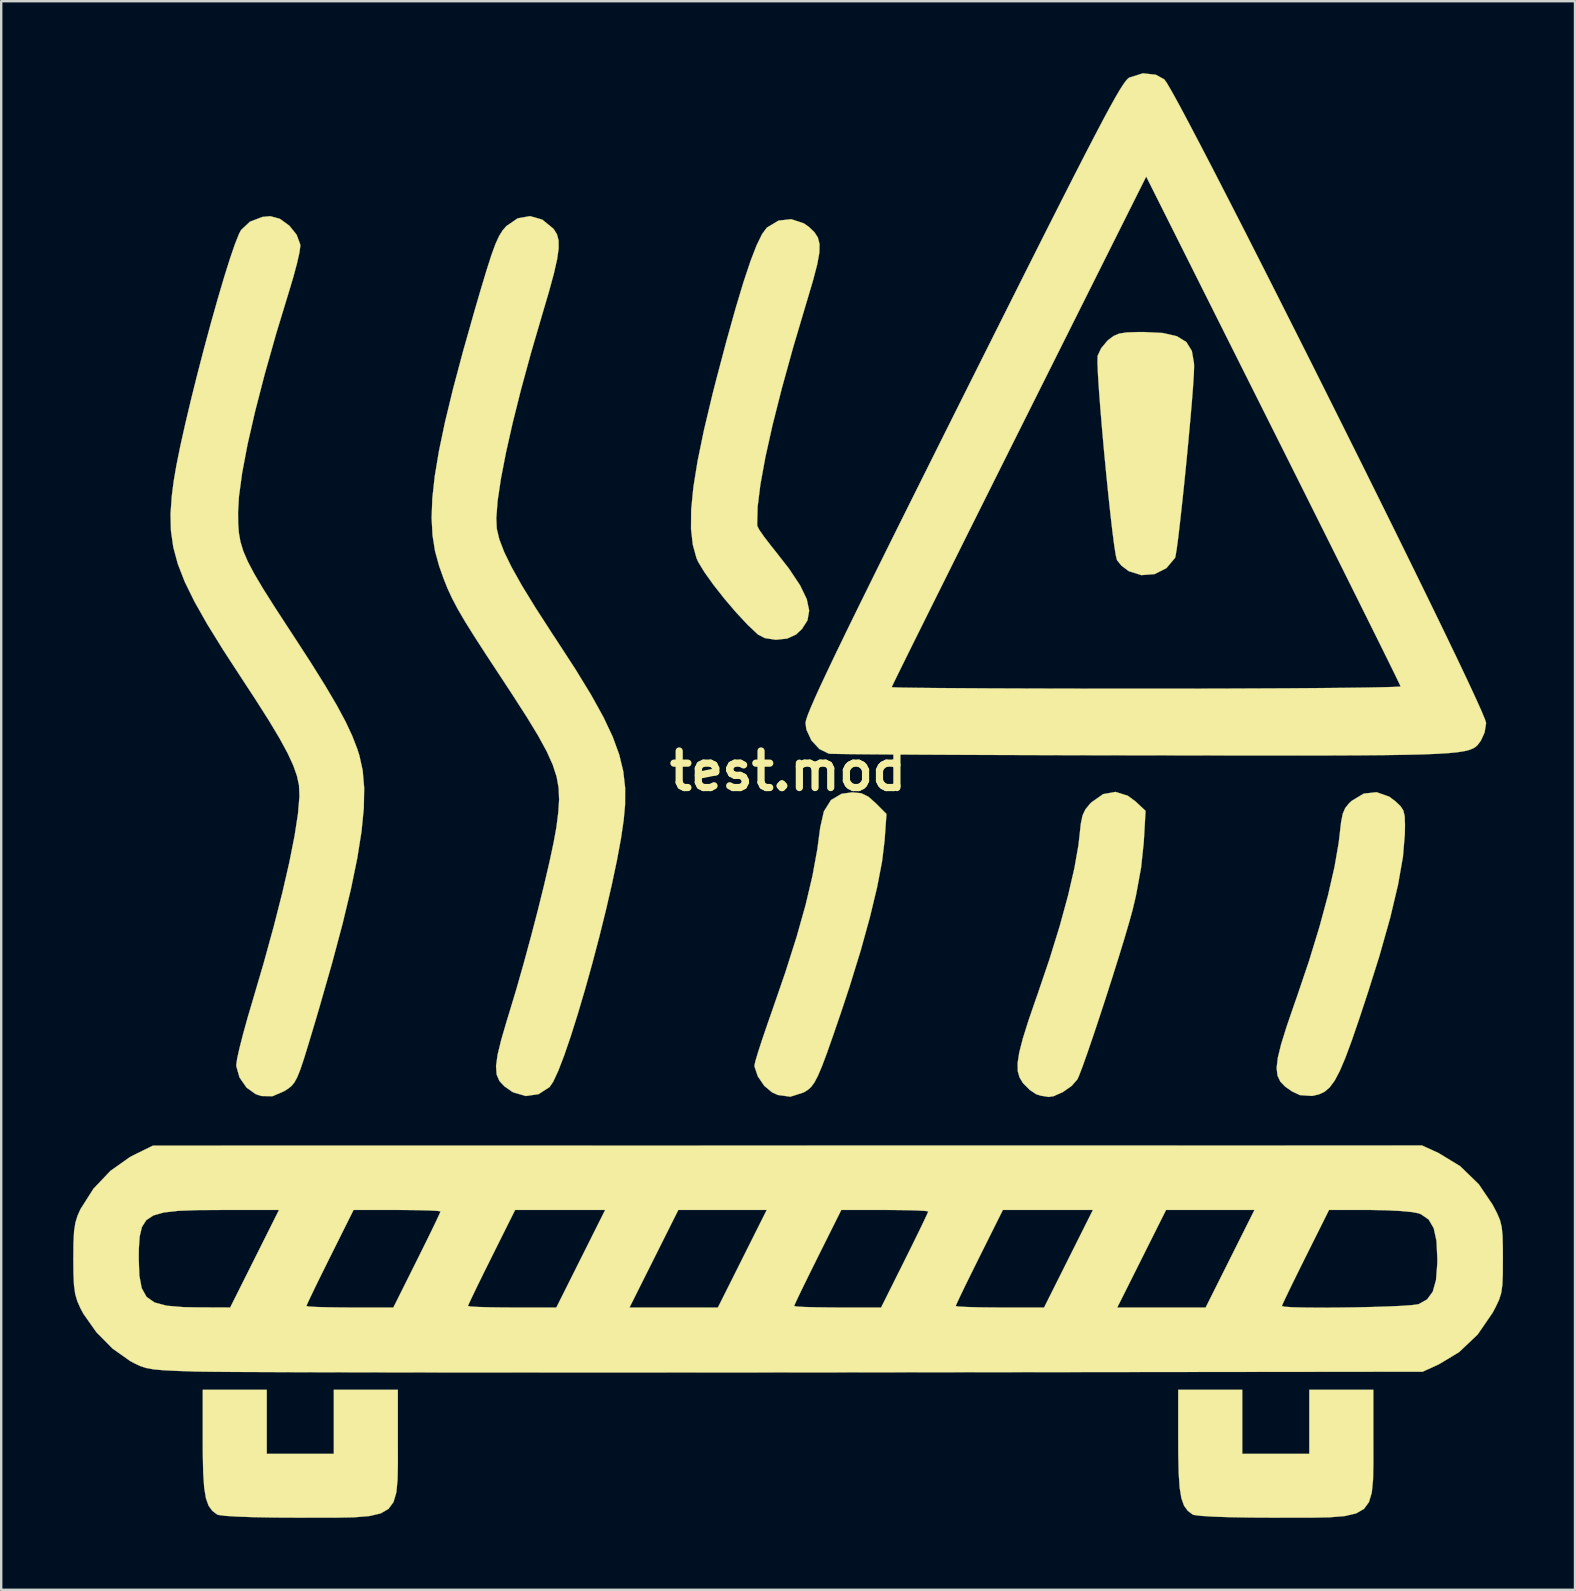
<source format=kicad_pcb>
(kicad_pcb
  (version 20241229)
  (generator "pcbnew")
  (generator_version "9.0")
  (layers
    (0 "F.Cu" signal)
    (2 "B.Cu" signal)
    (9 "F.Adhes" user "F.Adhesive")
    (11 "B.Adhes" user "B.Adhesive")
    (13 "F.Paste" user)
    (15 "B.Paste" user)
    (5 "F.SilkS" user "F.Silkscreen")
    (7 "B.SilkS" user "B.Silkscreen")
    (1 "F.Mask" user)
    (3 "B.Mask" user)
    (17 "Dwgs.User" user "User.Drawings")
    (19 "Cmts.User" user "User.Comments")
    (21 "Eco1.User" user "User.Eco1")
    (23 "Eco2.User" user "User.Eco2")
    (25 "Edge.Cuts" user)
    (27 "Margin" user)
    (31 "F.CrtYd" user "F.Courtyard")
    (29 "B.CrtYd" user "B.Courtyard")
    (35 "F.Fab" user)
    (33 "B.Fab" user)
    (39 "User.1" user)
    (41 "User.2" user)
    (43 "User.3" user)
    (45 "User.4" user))
  (footprint "test.mod"
    (layer "F.Cu")
    (at 29.781 29.071)
    (property "Reference" "test.mod" (at 0 0 0) (layer "F.SilkS") (effects (font (size 1.524 1.524) (thickness 0.3))))
    (attr through_hole)
    (fp_poly (pts (xy -21.717 28.448) (xy -18.923 28.448) (xy -18.923 25.781) (xy -16.256 25.781) (xy -16.256 27.948) (xy -16.254 28.822) (xy -16.267 29.518) (xy -16.319 30.057) (xy -16.437 30.458) (xy -16.646 30.742) (xy -16.972 30.93) (xy -17.441 31.04) (xy -18.079 31.093) (xy -18.912 31.109) (xy -19.966 31.109) (xy -20.32 31.108) (xy -21.351 31.103) (xy -22.232 31.088) (xy -22.938 31.064) (xy -23.447 31.032) (xy -23.735 30.994) (xy -23.781 30.978) (xy -23.987 30.823) (xy -24.142 30.608) (xy -24.252 30.298) (xy -24.324 29.858) (xy -24.365 29.253) (xy -24.382 28.447) (xy -24.384 27.946) (xy -24.384 25.781) (xy -21.717 25.781) (xy -21.717 28.448)) (stroke (width 0.01) (type solid)) (fill yes) (layer "F.SilkS"))
    (fp_poly (pts (xy 18.923 28.448) (xy 21.717 28.448) (xy 21.717 25.781) (xy 24.384 25.781) (xy 24.384 27.948) (xy 24.386 28.822) (xy 24.373 29.518) (xy 24.321 30.057) (xy 24.203 30.458) (xy 23.994 30.742) (xy 23.668 30.93) (xy 23.199 31.04) (xy 22.561 31.093) (xy 21.728 31.109) (xy 20.674 31.109) (xy 20.32 31.108) (xy 19.289 31.103) (xy 18.408 31.088) (xy 17.702 31.064) (xy 17.193 31.032) (xy 16.905 30.994) (xy 16.859 30.978) (xy 16.653 30.823) (xy 16.498 30.608) (xy 16.388 30.298) (xy 16.316 29.858) (xy 16.275 29.253) (xy 16.258 28.447) (xy 16.256 27.946) (xy 16.256 25.781) (xy 18.923 25.781) (xy 18.923 28.448)) (stroke (width 0.01) (type solid)) (fill yes) (layer "F.SilkS"))
    (fp_poly (pts (xy 3.047 0.926) (xy 3.348 1.071) (xy 3.651 1.339) (xy 4.101 1.79) (xy 4.022 2.901) (xy 3.916 3.775) (xy 3.709 4.849) (xy 3.409 6.096) (xy 3.025 7.485) (xy 2.562 8.987) (xy 2.203 10.071) (xy 1.88 11.012) (xy 1.623 11.743) (xy 1.417 12.293) (xy 1.248 12.692) (xy 1.103 12.97) (xy 0.966 13.158) (xy 0.823 13.287) (xy 0.661 13.385) (xy 0.639 13.396) (xy 0.097 13.569) (xy -0.427 13.498) (xy -0.665 13.39) (xy -0.992 13.115) (xy -1.258 12.724) (xy -1.392 12.329) (xy -1.397 12.257) (xy -1.356 12.074) (xy -1.243 11.697) (xy -1.071 11.17) (xy -0.856 10.539) (xy -0.692 10.072) (xy -0.114 8.396) (xy 0.357 6.911) (xy 0.731 5.584) (xy 1.016 4.379) (xy 1.221 3.261) (xy 1.34 2.36) (xy 1.494 1.681) (xy 1.788 1.212) (xy 2.226 0.951) (xy 2.67 0.889) (xy 3.047 0.926)) (stroke (width 0.01) (type solid)) (fill yes) (layer "F.SilkS"))
    (fp_poly (pts (xy 25.047 1.07) (xy 25.303 1.261) (xy 25.511 1.459) (xy 25.633 1.64) (xy 25.69 1.877) (xy 25.703 2.243) (xy 25.697 2.626) (xy 25.618 3.571) (xy 25.414 4.735) (xy 25.086 6.118) (xy 24.633 7.721) (xy 24.165 9.207) (xy 23.793 10.335) (xy 23.481 11.243) (xy 23.216 11.957) (xy 22.984 12.502) (xy 22.773 12.901) (xy 22.568 13.178) (xy 22.358 13.36) (xy 22.128 13.469) (xy 21.866 13.531) (xy 21.828 13.537) (xy 21.324 13.503) (xy 20.995 13.348) (xy 20.713 13.151) (xy 20.511 12.943) (xy 20.392 12.693) (xy 20.356 12.371) (xy 20.406 11.944) (xy 20.543 11.384) (xy 20.769 10.658) (xy 21.085 9.736) (xy 21.204 9.398) (xy 21.705 7.917) (xy 22.139 6.497) (xy 22.497 5.177) (xy 22.768 3.994) (xy 22.942 2.987) (xy 22.978 2.683) (xy 23.04 2.141) (xy 23.11 1.784) (xy 23.213 1.543) (xy 23.371 1.348) (xy 23.484 1.243) (xy 23.986 0.942) (xy 24.52 0.884) (xy 25.047 1.07)) (stroke (width 0.01) (type solid)) (fill yes) (layer "F.SilkS"))
    (fp_poly (pts (xy 15.615 -18.248) (xy 16.2 -18.114) (xy 16.595 -17.871) (xy 16.824 -17.5) (xy 16.913 -16.983) (xy 16.917 -16.846) (xy 16.905 -16.511) (xy 16.871 -15.989) (xy 16.819 -15.319) (xy 16.751 -14.539) (xy 16.673 -13.686) (xy 16.588 -12.801) (xy 16.499 -11.92) (xy 16.41 -11.082) (xy 16.326 -10.326) (xy 16.251 -9.69) (xy 16.187 -9.212) (xy 16.139 -8.931) (xy 16.122 -8.878) (xy 15.762 -8.45) (xy 15.273 -8.204) (xy 14.723 -8.16) (xy 14.195 -8.326) (xy 13.894 -8.551) (xy 13.705 -8.784) (xy 13.656 -8.979) (xy 13.591 -9.39) (xy 13.515 -9.979) (xy 13.431 -10.706) (xy 13.342 -11.536) (xy 13.252 -12.429) (xy 13.164 -13.347) (xy 13.083 -14.253) (xy 13.012 -15.109) (xy 12.954 -15.877) (xy 12.913 -16.518) (xy 12.892 -16.996) (xy 12.896 -17.271) (xy 12.9 -17.3) (xy 13.045 -17.612) (xy 13.307 -17.926) (xy 13.354 -17.967) (xy 13.57 -18.127) (xy 13.797 -18.223) (xy 14.107 -18.271) (xy 14.572 -18.287) (xy 14.812 -18.288) (xy 15.615 -18.248)) (stroke (width 0.01) (type solid)) (fill yes) (layer "F.SilkS"))
    (fp_poly (pts (xy 14.153 1.03) (xy 14.483 1.274) (xy 14.895 1.66) (xy 14.821 2.957) (xy 14.708 4.028) (xy 14.493 5.199) (xy 14.356 5.779) (xy 14.216 6.288) (xy 14.023 6.946) (xy 13.788 7.713) (xy 13.526 8.548) (xy 13.25 9.411) (xy 12.973 10.259) (xy 12.708 11.054) (xy 12.468 11.754) (xy 12.267 12.319) (xy 12.118 12.707) (xy 12.055 12.846) (xy 11.817 13.119) (xy 11.452 13.374) (xy 11.07 13.546) (xy 10.858 13.58) (xy 10.527 13.526) (xy 10.336 13.465) (xy 10.074 13.291) (xy 9.801 13.017) (xy 9.786 12.998) (xy 9.647 12.772) (xy 9.571 12.506) (xy 9.565 12.168) (xy 9.633 11.726) (xy 9.781 11.15) (xy 10.014 10.407) (xy 10.337 9.467) (xy 10.407 9.271) (xy 10.897 7.826) (xy 11.322 6.449) (xy 11.67 5.175) (xy 11.932 4.041) (xy 12.1 3.084) (xy 12.141 2.722) (xy 12.198 2.197) (xy 12.271 1.848) (xy 12.389 1.598) (xy 12.578 1.369) (xy 12.644 1.302) (xy 13.129 0.962) (xy 13.641 0.871) (xy 14.153 1.03)) (stroke (width 0.01) (type solid)) (fill yes) (layer "F.SilkS"))
    (fp_poly (pts (xy 0.659 -22.815) (xy 0.87 -22.666) (xy 1.094 -22.453) (xy 1.242 -22.228) (xy 1.312 -21.955) (xy 1.305 -21.596) (xy 1.217 -21.112) (xy 1.049 -20.467) (xy 0.799 -19.622) (xy 0.775 -19.543) (xy 0.216 -17.66) (xy -0.258 -15.947) (xy -0.646 -14.414) (xy -0.945 -13.071) (xy -1.153 -11.93) (xy -1.268 -11.001) (xy -1.287 -10.293) (xy -1.281 -10.208) (xy -1.2 -10.049) (xy -0.994 -9.753) (xy -0.702 -9.374) (xy -0.601 -9.25) (xy 0.045 -8.422) (xy 0.503 -7.734) (xy 0.779 -7.162) (xy 0.88 -6.684) (xy 0.81 -6.276) (xy 0.577 -5.913) (xy 0.334 -5.686) (xy -0.037 -5.517) (xy -0.51 -5.467) (xy -0.968 -5.538) (xy -1.25 -5.683) (xy -1.676 -6.084) (xy -2.155 -6.597) (xy -2.644 -7.169) (xy -3.099 -7.746) (xy -3.479 -8.277) (xy -3.741 -8.707) (xy -3.812 -8.863) (xy -3.967 -9.425) (xy -4.042 -10.091) (xy -4.035 -10.881) (xy -3.944 -11.818) (xy -3.767 -12.92) (xy -3.501 -14.209) (xy -3.144 -15.706) (xy -2.978 -16.355) (xy -2.561 -17.929) (xy -2.188 -19.263) (xy -1.857 -20.365) (xy -1.564 -21.244) (xy -1.306 -21.91) (xy -1.08 -22.371) (xy -0.884 -22.636) (xy -0.882 -22.638) (xy -0.398 -22.93) (xy 0.135 -22.989) (xy 0.659 -22.815)) (stroke (width 0.01) (type solid)) (fill yes) (layer "F.SilkS"))
    (fp_poly (pts (xy -21.17 -23.004) (xy -20.78 -22.722) (xy -20.473 -22.343) (xy -20.324 -21.94) (xy -20.32 -21.867) (xy -20.357 -21.594) (xy -20.459 -21.145) (xy -20.609 -20.587) (xy -20.765 -20.063) (xy -21.324 -18.226) (xy -21.805 -16.526) (xy -22.204 -14.979) (xy -22.519 -13.603) (xy -22.744 -12.414) (xy -22.877 -11.429) (xy -22.913 -10.795) (xy -22.91 -10.338) (xy -22.882 -9.934) (xy -22.814 -9.551) (xy -22.694 -9.157) (xy -22.506 -8.722) (xy -22.237 -8.212) (xy -21.873 -7.598) (xy -21.398 -6.846) (xy -20.799 -5.925) (xy -20.586 -5.601) (xy -19.861 -4.482) (xy -19.272 -3.538) (xy -18.801 -2.739) (xy -18.434 -2.056) (xy -18.155 -1.459) (xy -17.946 -0.919) (xy -17.858 -0.643) (xy -17.721 -0.018) (xy -17.659 0.705) (xy -17.674 1.543) (xy -17.769 2.511) (xy -17.946 3.627) (xy -18.209 4.907) (xy -18.56 6.367) (xy -19.002 8.024) (xy -19.538 9.895) (xy -19.71 10.477) (xy -19.964 11.325) (xy -20.161 11.965) (xy -20.316 12.43) (xy -20.446 12.755) (xy -20.566 12.976) (xy -20.69 13.126) (xy -20.836 13.241) (xy -20.995 13.341) (xy -21.48 13.55) (xy -21.943 13.541) (xy -22.176 13.465) (xy -22.558 13.192) (xy -22.851 12.77) (xy -22.985 12.304) (xy -22.987 12.243) (xy -22.951 11.984) (xy -22.85 11.533) (xy -22.698 10.938) (xy -22.507 10.25) (xy -22.341 9.689) (xy -21.854 8.032) (xy -21.428 6.485) (xy -21.067 5.067) (xy -20.775 3.797) (xy -20.557 2.692) (xy -20.415 1.771) (xy -20.355 1.053) (xy -20.374 0.593) (xy -20.459 0.205) (xy -20.612 -0.231) (xy -20.849 -0.743) (xy -21.182 -1.357) (xy -21.627 -2.1) (xy -22.199 -3) (xy -22.73 -3.81) (xy -23.537 -5.05) (xy -24.199 -6.12) (xy -24.726 -7.051) (xy -25.131 -7.875) (xy -25.422 -8.622) (xy -25.611 -9.323) (xy -25.709 -10.01) (xy -25.726 -10.713) (xy -25.673 -11.463) (xy -25.596 -12.066) (xy -25.483 -12.726) (xy -25.319 -13.537) (xy -25.112 -14.464) (xy -24.872 -15.474) (xy -24.608 -16.532) (xy -24.33 -17.603) (xy -24.046 -18.653) (xy -23.766 -19.648) (xy -23.499 -20.554) (xy -23.254 -21.335) (xy -23.041 -21.957) (xy -22.868 -22.387) (xy -22.788 -22.538) (xy -22.418 -22.886) (xy -21.898 -23.083) (xy -21.571 -23.114) (xy -21.17 -23.004)) (stroke (width 0.01) (type solid)) (fill yes) (layer "F.SilkS"))
    (fp_poly (pts (xy -10.24 -22.972) (xy -9.783 -22.599) (xy -9.75 -22.559) (xy -9.626 -22.357) (xy -9.56 -22.105) (xy -9.557 -21.769) (xy -9.621 -21.32) (xy -9.756 -20.723) (xy -9.967 -19.949) (xy -10.233 -19.048) (xy -10.705 -17.432) (xy -11.119 -15.916) (xy -11.469 -14.52) (xy -11.752 -13.264) (xy -11.964 -12.169) (xy -12.1 -11.253) (xy -12.155 -10.539) (xy -12.135 -10.095) (xy -12.03 -9.655) (xy -11.829 -9.129) (xy -11.52 -8.496) (xy -11.092 -7.732) (xy -10.532 -6.818) (xy -9.83 -5.73) (xy -9.652 -5.461) (xy -8.854 -4.233) (xy -8.205 -3.172) (xy -7.693 -2.247) (xy -7.306 -1.428) (xy -7.034 -0.684) (xy -6.865 0.015) (xy -6.787 0.7) (xy -6.789 1.401) (xy -6.847 2.042) (xy -6.961 2.816) (xy -7.129 3.722) (xy -7.341 4.727) (xy -7.589 5.799) (xy -7.863 6.906) (xy -8.156 8.017) (xy -8.457 9.099) (xy -8.759 10.119) (xy -9.051 11.047) (xy -9.326 11.849) (xy -9.574 12.495) (xy -9.787 12.951) (xy -9.933 13.166) (xy -10.396 13.464) (xy -10.924 13.541) (xy -11.447 13.389) (xy -11.517 13.348) (xy -11.817 13.137) (xy -12.024 12.916) (xy -12.14 12.647) (xy -12.165 12.294) (xy -12.101 11.823) (xy -11.948 11.196) (xy -11.709 10.378) (xy -11.611 10.061) (xy -11.315 9.08) (xy -11.011 8.01) (xy -10.709 6.899) (xy -10.421 5.793) (xy -10.16 4.738) (xy -9.937 3.783) (xy -9.764 2.972) (xy -9.652 2.354) (xy -9.646 2.311) (xy -9.571 1.718) (xy -9.537 1.196) (xy -9.556 0.713) (xy -9.641 0.238) (xy -9.804 -0.263) (xy -10.056 -0.821) (xy -10.409 -1.468) (xy -10.876 -2.236) (xy -11.468 -3.158) (xy -11.965 -3.915) (xy -12.579 -4.848) (xy -13.069 -5.607) (xy -13.456 -6.227) (xy -13.758 -6.744) (xy -13.995 -7.193) (xy -14.188 -7.61) (xy -14.355 -8.03) (xy -14.517 -8.488) (xy -14.54 -8.556) (xy -14.706 -9.16) (xy -14.81 -9.815) (xy -14.849 -10.541) (xy -14.819 -11.356) (xy -14.718 -12.283) (xy -14.542 -13.339) (xy -14.289 -14.545) (xy -13.956 -15.92) (xy -13.539 -17.485) (xy -13.036 -19.26) (xy -12.8 -20.066) (xy -12.551 -20.892) (xy -12.352 -21.511) (xy -12.186 -21.964) (xy -12.037 -22.288) (xy -11.89 -22.524) (xy -11.736 -22.701) (xy -11.262 -23.027) (xy -10.748 -23.116) (xy -10.24 -22.972)) (stroke (width 0.01) (type solid)) (fill yes) (layer "F.SilkS"))
    (fp_poly (pts (xy 15.323 -29.007) (xy 15.675 -28.814) (xy 15.785 -28.659) (xy 15.998 -28.293) (xy 16.305 -27.735) (xy 16.696 -27.001) (xy 17.164 -26.109) (xy 17.7 -25.077) (xy 18.294 -23.922) (xy 18.939 -22.663) (xy 19.624 -21.315) (xy 20.342 -19.897) (xy 21.083 -18.427) (xy 21.84 -16.922) (xy 22.602 -15.399) (xy 23.362 -13.876) (xy 24.111 -12.371) (xy 24.839 -10.901) (xy 25.538 -9.484) (xy 26.2 -8.136) (xy 26.815 -6.877) (xy 27.375 -5.723) (xy 27.871 -4.692) (xy 28.294 -3.801) (xy 28.635 -3.067) (xy 28.886 -2.51) (xy 29.038 -2.145) (xy 29.083 -1.997) (xy 29.019 -1.604) (xy 28.876 -1.285) (xy 28.805 -1.182) (xy 28.735 -1.09) (xy 28.651 -1.009) (xy 28.539 -0.939) (xy 28.384 -0.878) (xy 28.171 -0.825) (xy 27.887 -0.781) (xy 27.515 -0.745) (xy 27.042 -0.716) (xy 26.452 -0.692) (xy 25.732 -0.675) (xy 24.866 -0.662) (xy 23.84 -0.653) (xy 22.639 -0.648) (xy 21.249 -0.646) (xy 19.655 -0.647) (xy 17.842 -0.648) (xy 15.795 -0.651) (xy 14.895 -0.652) (xy 13.1 -0.655) (xy 11.373 -0.659) (xy 9.733 -0.664) (xy 8.196 -0.669) (xy 6.78 -0.675) (xy 5.501 -0.681) (xy 4.379 -0.688) (xy 3.428 -0.695) (xy 2.668 -0.702) (xy 2.115 -0.71) (xy 1.787 -0.717) (xy 1.7 -0.722) (xy 1.306 -0.915) (xy 0.973 -1.276) (xy 0.765 -1.724) (xy 0.728 -1.994) (xy 0.749 -2.112) (xy 0.815 -2.314) (xy 0.933 -2.61) (xy 1.106 -3.01) (xy 1.325 -3.492) (xy 4.318 -3.492) (xy 4.442 -3.483) (xy 4.801 -3.473) (xy 5.377 -3.465) (xy 6.152 -3.457) (xy 7.105 -3.45) (xy 8.22 -3.443) (xy 9.477 -3.438) (xy 10.858 -3.434) (xy 12.344 -3.431) (xy 13.917 -3.429) (xy 14.922 -3.429) (xy 16.539 -3.43) (xy 18.08 -3.433) (xy 19.528 -3.439) (xy 20.863 -3.445) (xy 22.067 -3.454) (xy 23.122 -3.464) (xy 24.008 -3.475) (xy 24.708 -3.488) (xy 25.202 -3.501) (xy 25.473 -3.515) (xy 25.52 -3.524) (xy 25.463 -3.649) (xy 25.301 -3.985) (xy 25.04 -4.516) (xy 24.689 -5.227) (xy 24.256 -6.1) (xy 23.749 -7.121) (xy 23.175 -8.274) (xy 22.543 -9.541) (xy 21.86 -10.909) (xy 21.135 -12.36) (xy 20.375 -13.879) (xy 20.218 -14.192) (xy 14.922 -24.765) (xy 9.62 -14.161) (xy 8.854 -12.628) (xy 8.122 -11.161) (xy 7.43 -9.775) (xy 6.788 -8.485) (xy 6.202 -7.308) (xy 5.681 -6.26) (xy 5.232 -5.356) (xy 4.864 -4.612) (xy 4.584 -4.044) (xy 4.4 -3.668) (xy 4.321 -3.5) (xy 4.318 -3.492) (xy 1.325 -3.492) (xy 1.34 -3.526) (xy 1.642 -4.168) (xy 2.014 -4.948) (xy 2.464 -5.876) (xy 2.996 -6.963) (xy 3.616 -8.22) (xy 4.328 -9.658) (xy 5.139 -11.287) (xy 6.053 -13.12) (xy 7.075 -15.166) (xy 7.285 -15.586) (xy 8.303 -17.619) (xy 9.214 -19.437) (xy 10.024 -21.051) (xy 10.74 -22.473) (xy 11.368 -23.715) (xy 11.914 -24.789) (xy 12.384 -25.707) (xy 12.785 -26.48) (xy 13.122 -27.121) (xy 13.402 -27.641) (xy 13.631 -28.052) (xy 13.815 -28.367) (xy 13.961 -28.596) (xy 14.074 -28.753) (xy 14.161 -28.848) (xy 14.217 -28.889) (xy 14.786 -29.066) (xy 15.323 -29.007)) (stroke (width 0.01) (type solid)) (fill yes) (layer "F.SilkS"))
    (fp_poly (pts (xy 27.105 15.918) (xy 28.004 16.466) (xy 28.778 17.217) (xy 29.351 18.065) (xy 29.537 18.42) (xy 29.66 18.709) (xy 29.733 19.003) (xy 29.768 19.369) (xy 29.78 19.876) (xy 29.782 20.32) (xy 29.778 20.957) (xy 29.76 21.408) (xy 29.713 21.742) (xy 29.624 22.026) (xy 29.481 22.33) (xy 29.351 22.575) (xy 28.731 23.477) (xy 27.956 24.212) (xy 27.117 24.717) (xy 26.44 25.027) (xy 1.885 25.055) (xy -0.626 25.057) (xy -3.087 25.059) (xy -5.485 25.06) (xy -7.805 25.06) (xy -10.036 25.06) (xy -12.162 25.059) (xy -14.17 25.058) (xy -16.047 25.056) (xy -17.779 25.053) (xy -19.353 25.05) (xy -20.754 25.046) (xy -21.969 25.041) (xy -22.985 25.037) (xy -23.788 25.031) (xy -24.364 25.025) (xy -24.7 25.019) (xy -24.701 25.019) (xy -25.469 24.993) (xy -26.032 24.965) (xy -26.441 24.927) (xy -26.746 24.871) (xy -26.995 24.789) (xy -27.24 24.673) (xy -27.413 24.579) (xy -28.142 24.063) (xy -28.817 23.379) (xy -29.357 22.613) (xy -29.477 22.388) (xy -29.611 22.086) (xy -29.698 21.786) (xy -29.748 21.422) (xy -29.771 20.93) (xy -29.776 20.322) (xy -27.051 20.322) (xy -27.026 21.023) (xy -26.928 21.543) (xy -26.727 21.908) (xy -26.39 22.144) (xy -25.885 22.278) (xy -25.181 22.337) (xy -24.607 22.347) (xy -23.242 22.352) (xy -23.211 22.29) (xy -20.066 22.29) (xy -19.947 22.312) (xy -19.618 22.331) (xy -19.126 22.344) (xy -18.514 22.351) (xy -18.254 22.352) (xy -16.443 22.352) (xy -16.412 22.29) (xy -13.335 22.29) (xy -13.215 22.312) (xy -12.887 22.33) (xy -12.393 22.344) (xy -11.779 22.351) (xy -11.494 22.352) (xy -9.653 22.352) (xy -6.605 22.352) (xy -2.922 22.352) (xy -2.891 22.29) (xy 0.254 22.29) (xy 0.373 22.312) (xy 0.702 22.331) (xy 1.194 22.344) (xy 1.806 22.351) (xy 2.066 22.352) (xy 3.877 22.352) (xy 3.908 22.29) (xy 6.985 22.29) (xy 7.105 22.312) (xy 7.433 22.33) (xy 7.927 22.344) (xy 8.541 22.351) (xy 8.826 22.352) (xy 10.667 22.352) (xy 13.715 22.352) (xy 17.398 22.352) (xy 17.429 22.29) (xy 20.574 22.29) (xy 20.694 22.32) (xy 21.023 22.342) (xy 21.52 22.354) (xy 22.139 22.359) (xy 22.837 22.356) (xy 23.571 22.347) (xy 24.297 22.331) (xy 24.972 22.31) (xy 25.551 22.284) (xy 25.991 22.253) (xy 26.248 22.218) (xy 26.274 22.211) (xy 26.623 22.016) (xy 26.859 21.694) (xy 26.996 21.209) (xy 27.049 20.523) (xy 27.051 20.32) (xy 27.016 19.579) (xy 26.901 19.048) (xy 26.691 18.689) (xy 26.371 18.467) (xy 26.274 18.429) (xy 25.995 18.375) (xy 25.525 18.331) (xy 24.928 18.301) (xy 24.267 18.288) (xy 24.204 18.288) (xy 22.539 18.288) (xy 21.556 20.258) (xy 21.236 20.903) (xy 20.959 21.467) (xy 20.745 21.912) (xy 20.611 22.199) (xy 20.574 22.29) (xy 17.429 22.29) (xy 18.415 20.32) (xy 19.432 18.288) (xy 15.749 18.288) (xy 14.732 20.32) (xy 13.715 22.352) (xy 10.667 22.352) (xy 11.684 20.32) (xy 12.701 18.288) (xy 8.95 18.288) (xy 7.967 20.258) (xy 7.647 20.903) (xy 7.37 21.467) (xy 7.156 21.912) (xy 7.022 22.199) (xy 6.985 22.29) (xy 3.908 22.29) (xy 4.86 20.382) (xy 5.18 19.737) (xy 5.457 19.173) (xy 5.671 18.728) (xy 5.805 18.441) (xy 5.842 18.35) (xy 5.723 18.328) (xy 5.394 18.309) (xy 4.902 18.296) (xy 4.29 18.289) (xy 4.03 18.288) (xy 2.219 18.288) (xy 1.236 20.258) (xy 0.916 20.903) (xy 0.639 21.467) (xy 0.425 21.912) (xy 0.291 22.199) (xy 0.254 22.29) (xy -2.891 22.29) (xy -1.905 20.32) (xy -0.888 18.288) (xy -4.571 18.288) (xy -5.588 20.32) (xy -6.605 22.352) (xy -9.653 22.352) (xy -8.636 20.32) (xy -7.619 18.288) (xy -11.37 18.288) (xy -12.353 20.258) (xy -12.673 20.903) (xy -12.95 21.467) (xy -13.164 21.912) (xy -13.298 22.199) (xy -13.335 22.29) (xy -16.412 22.29) (xy -15.46 20.382) (xy -15.14 19.737) (xy -14.863 19.173) (xy -14.649 18.728) (xy -14.515 18.441) (xy -14.478 18.35) (xy -14.597 18.328) (xy -14.926 18.309) (xy -15.418 18.296) (xy -16.03 18.289) (xy -16.29 18.288) (xy -18.101 18.288) (xy -19.084 20.258) (xy -19.404 20.903) (xy -19.681 21.467) (xy -19.895 21.912) (xy -20.029 22.199) (xy -20.066 22.29) (xy -23.211 22.29) (xy -22.225 20.32) (xy -21.208 18.288) (xy -23.562 18.288) (xy -24.593 18.294) (xy -25.399 18.324) (xy -26.007 18.393) (xy -26.444 18.518) (xy -26.738 18.714) (xy -26.919 18.999) (xy -27.012 19.389) (xy -27.047 19.899) (xy -27.051 20.322) (xy -29.776 20.322) (xy -29.776 20.32) (xy -29.77 19.655) (xy -29.745 19.178) (xy -29.691 18.823) (xy -29.6 18.526) (xy -29.477 18.252) (xy -28.938 17.404) (xy -28.231 16.659) (xy -27.422 16.087) (xy -27.255 15.999) (xy -26.46 15.608) (xy 26.416 15.602) (xy 27.105 15.918)) (stroke (width 0.01) (type solid)) (fill yes) (layer "F.SilkS")))
  (gr_rect
    (start -3 -3)
    (end 62.567 63.185)
    (stroke (width 0.1) (type default))
    (fill no)
    (layer "Edge.Cuts")))
</source>
